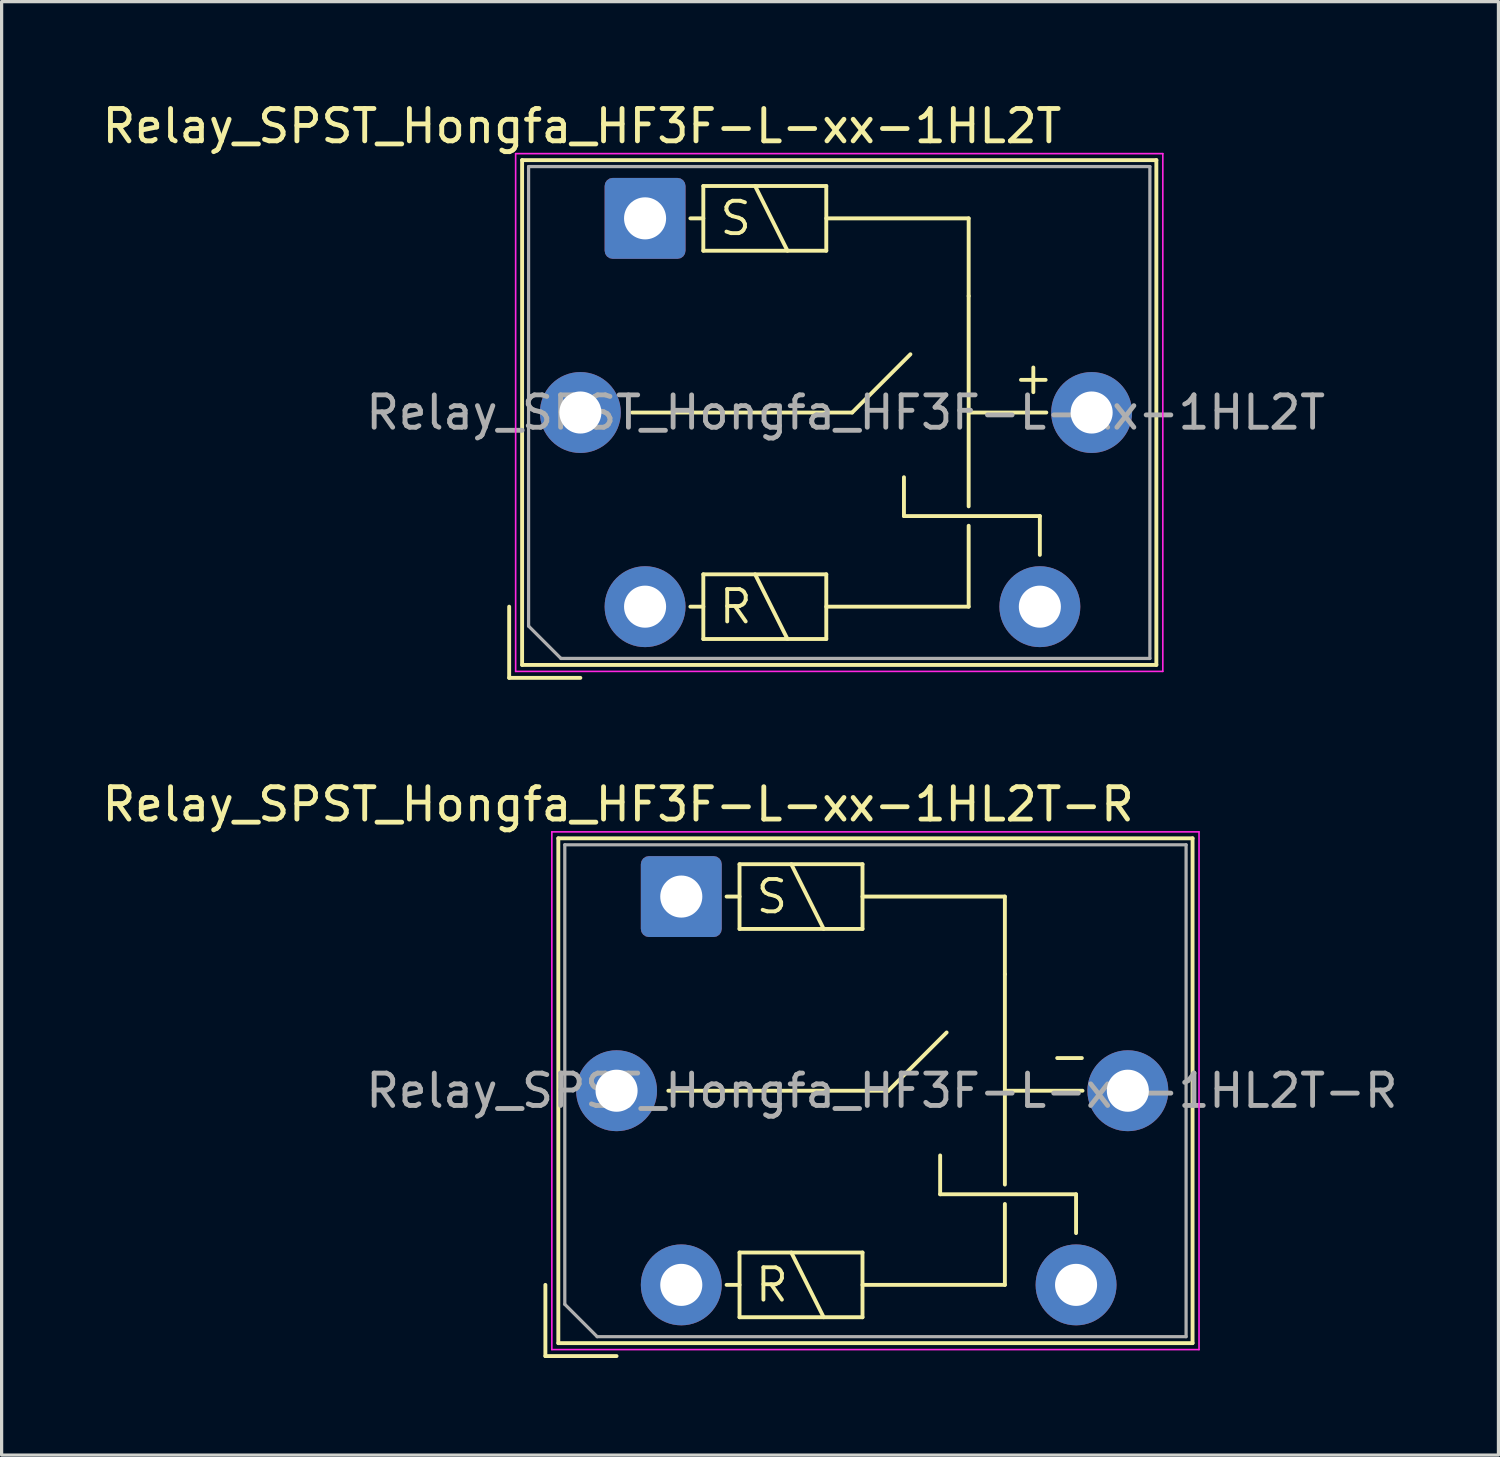
<source format=kicad_pcb>
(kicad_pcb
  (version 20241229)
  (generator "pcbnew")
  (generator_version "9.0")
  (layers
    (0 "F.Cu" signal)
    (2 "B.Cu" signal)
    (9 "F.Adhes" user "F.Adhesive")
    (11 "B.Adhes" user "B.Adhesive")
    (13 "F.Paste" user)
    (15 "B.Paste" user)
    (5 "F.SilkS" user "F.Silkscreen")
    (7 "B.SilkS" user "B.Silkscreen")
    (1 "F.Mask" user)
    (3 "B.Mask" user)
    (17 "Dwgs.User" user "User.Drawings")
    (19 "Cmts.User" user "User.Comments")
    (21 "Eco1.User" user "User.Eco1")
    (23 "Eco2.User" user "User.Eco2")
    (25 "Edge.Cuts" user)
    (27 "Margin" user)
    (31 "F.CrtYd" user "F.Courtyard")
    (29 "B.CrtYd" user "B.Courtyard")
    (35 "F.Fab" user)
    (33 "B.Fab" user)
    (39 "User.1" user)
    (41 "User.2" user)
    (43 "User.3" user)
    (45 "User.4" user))
  (footprint "Relay_SPST_Hongfa_HF3F-L-xx-1HL2T"
    (layer "F.Cu")
    (at 16.885 3.698)
    (property "Reference" "Relay_SPST_Hongfa_HF3F-L-xx-1HL2T" (at -1.95 -2.85 0) (layer "F.SilkS") (effects (font (size 1 1) (thickness 0.15))))
    (attr through_hole)
    (fp_line (start -4.2 12) (end -4.2 14.2) (stroke (width 0.12) (type solid)) (layer "F.SilkS"))
    (fp_line (start -4.2 14.2) (end -2 14.2) (stroke (width 0.12) (type solid)) (layer "F.SilkS"))
    (fp_line (start -3.8 -1.8) (end -3.8 13.8) (stroke (width 0.12) (type solid)) (layer "F.SilkS"))
    (fp_line (start -3.8 13.8) (end 15.8 13.8) (stroke (width 0.12) (type solid)) (layer "F.SilkS"))
    (fp_line (start -0.4 6) (end 6.4 6) (stroke (width 0.12) (type solid)) (layer "F.SilkS"))
    (fp_line (start 1.8 -1) (end 1.8 1) (stroke (width 0.12) (type solid)) (layer "F.SilkS"))
    (fp_line (start 1.8 0) (end 1.4 0) (stroke (width 0.12) (type solid)) (layer "F.SilkS"))
    (fp_line (start 1.8 1) (end 5.6 1) (stroke (width 0.12) (type solid)) (layer "F.SilkS"))
    (fp_line (start 1.8 11) (end 1.8 13) (stroke (width 0.12) (type solid)) (layer "F.SilkS"))
    (fp_line (start 1.8 12) (end 1.4 12) (stroke (width 0.12) (type solid)) (layer "F.SilkS"))
    (fp_line (start 1.8 13) (end 5.6 13) (stroke (width 0.12) (type solid)) (layer "F.SilkS"))
    (fp_line (start 3.4 -1) (end 4.4 1) (stroke (width 0.12) (type solid)) (layer "F.SilkS"))
    (fp_line (start 3.4 11) (end 4.4 13) (stroke (width 0.12) (type solid)) (layer "F.SilkS"))
    (fp_line (start 5.6 -1) (end 1.8 -1) (stroke (width 0.12) (type solid)) (layer "F.SilkS"))
    (fp_line (start 5.6 0) (end 10 0) (stroke (width 0.12) (type solid)) (layer "F.SilkS"))
    (fp_line (start 5.6 1) (end 5.6 -1) (stroke (width 0.12) (type solid)) (layer "F.SilkS"))
    (fp_line (start 5.6 11) (end 1.8 11) (stroke (width 0.12) (type solid)) (layer "F.SilkS"))
    (fp_line (start 5.6 13) (end 5.6 11) (stroke (width 0.12) (type solid)) (layer "F.SilkS"))
    (fp_line (start 6.4 6) (end 8.2 4.2) (stroke (width 0.12) (type solid)) (layer "F.SilkS"))
    (fp_line (start 8 9.2) (end 8 8) (stroke (width 0.12) (type solid)) (layer "F.SilkS"))
    (fp_line (start 10 0) (end 10 2.4) (stroke (width 0.12) (type solid)) (layer "F.SilkS"))
    (fp_line (start 10 2.4) (end 10 8.9) (stroke (width 0.12) (type solid)) (layer "F.SilkS"))
    (fp_line (start 10 6) (end 12.4 6) (stroke (width 0.12) (type solid)) (layer "F.SilkS"))
    (fp_line (start 10 9.5) (end 10 12) (stroke (width 0.12) (type solid)) (layer "F.SilkS"))
    (fp_line (start 10 12) (end 5.6 12) (stroke (width 0.12) (type solid)) (layer "F.SilkS"))
    (fp_line (start 12.2 9.2) (end 8 9.2) (stroke (width 0.12) (type solid)) (layer "F.SilkS"))
    (fp_line (start 12.2 10.4) (end 12.2 9.2) (stroke (width 0.12) (type solid)) (layer "F.SilkS"))
    (fp_line (start 15.8 -1.8) (end -3.8 -1.8) (stroke (width 0.12) (type solid)) (layer "F.SilkS"))
    (fp_line (start 15.8 13.8) (end 15.8 -1.8) (stroke (width 0.12) (type solid)) (layer "F.SilkS"))
    (fp_line (start -4 -2) (end -4 14) (stroke (width 0.05) (type solid)) (layer "F.CrtYd"))
    (fp_line (start -4 14) (end 16 14) (stroke (width 0.05) (type solid)) (layer "F.CrtYd"))
    (fp_line (start 16 -2) (end -4 -2) (stroke (width 0.05) (type solid)) (layer "F.CrtYd"))
    (fp_line (start 16 14) (end 16 -2) (stroke (width 0.05) (type solid)) (layer "F.CrtYd"))
    (fp_line (start -3.6 -1.6) (end -3.6 12.6) (stroke (width 0.1) (type solid)) (layer "F.Fab"))
    (fp_line (start -3.6 12.6) (end -2.6 13.6) (stroke (width 0.1) (type solid)) (layer "F.Fab"))
    (fp_line (start -2.6 13.6) (end 15.6 13.6) (stroke (width 0.1) (type solid)) (layer "F.Fab"))
    (fp_line (start 15.6 -1.6) (end -3.6 -1.6) (stroke (width 0.1) (type solid)) (layer "F.Fab"))
    (fp_line (start 15.6 13.6) (end 15.6 -1.6) (stroke (width 0.1) (type solid)) (layer "F.Fab"))
    (fp_text user "R" (at 2.8 12 180) (layer "F.SilkS") (effects (font (size 1 1) (thickness 0.12))))
    (fp_text user "S" (at 2.8 0 0) (layer "F.SilkS") (effects (font (size 1 1) (thickness 0.12))))
    (fp_text user "+" (at 11.3 5.5 0) (unlocked yes) (layer "F.SilkS") (effects (font (size 1 1) (thickness 0.12)) (justify left bottom)))
    (fp_text user "${REFERENCE}" (at 6.2 6 0) (layer "F.Fab") (effects (font (size 1 1) (thickness 0.15))))
    (pad "11" thru_hole circle (at -2 6) (size 2.5 2.5) (drill 1.3) (layers "*.Cu" "*.Mask"))
    (pad "14" thru_hole circle (at 12.2 12) (size 2.5 2.5) (drill 1.3) (layers "*.Cu" "*.Mask"))
    (pad "A1" thru_hole roundrect (at 0 0) (size 2.5 2.5) (drill 1.3) (layers "*.Cu" "*.Mask") (roundrect_rratio 0.1))
    (pad "A2" thru_hole circle (at 0 12) (size 2.5 2.5) (drill 1.3) (layers "*.Cu" "*.Mask"))
    (pad "A3" thru_hole circle (at 13.8 6) (size 2.5 2.5) (drill 1.3) (layers "*.Cu" "*.Mask")))
  (footprint "Relay_SPST_Hongfa_HF3F-L-xx-1HL2T-R"
    (layer "F.Cu")
    (at 18.004 24.657)
    (property "Reference" "Relay_SPST_Hongfa_HF3F-L-xx-1HL2T-R" (at -1.95 -2.85 0) (layer "F.SilkS") (effects (font (size 1 1) (thickness 0.15))))
    (attr through_hole)
    (fp_line (start -4.2 12) (end -4.2 14.2) (stroke (width 0.12) (type solid)) (layer "F.SilkS"))
    (fp_line (start -4.2 14.2) (end -2 14.2) (stroke (width 0.12) (type solid)) (layer "F.SilkS"))
    (fp_line (start -3.8 -1.8) (end -3.8 13.8) (stroke (width 0.12) (type solid)) (layer "F.SilkS"))
    (fp_line (start -3.8 13.8) (end 15.8 13.8) (stroke (width 0.12) (type solid)) (layer "F.SilkS"))
    (fp_line (start -0.4 6) (end 6.4 6) (stroke (width 0.12) (type solid)) (layer "F.SilkS"))
    (fp_line (start 1.8 -1) (end 1.8 1) (stroke (width 0.12) (type solid)) (layer "F.SilkS"))
    (fp_line (start 1.8 0) (end 1.4 0) (stroke (width 0.12) (type solid)) (layer "F.SilkS"))
    (fp_line (start 1.8 1) (end 5.6 1) (stroke (width 0.12) (type solid)) (layer "F.SilkS"))
    (fp_line (start 1.8 11) (end 1.8 13) (stroke (width 0.12) (type solid)) (layer "F.SilkS"))
    (fp_line (start 1.8 12) (end 1.4 12) (stroke (width 0.12) (type solid)) (layer "F.SilkS"))
    (fp_line (start 1.8 13) (end 5.6 13) (stroke (width 0.12) (type solid)) (layer "F.SilkS"))
    (fp_line (start 3.4 -1) (end 4.4 1) (stroke (width 0.12) (type solid)) (layer "F.SilkS"))
    (fp_line (start 3.4 11) (end 4.4 13) (stroke (width 0.12) (type solid)) (layer "F.SilkS"))
    (fp_line (start 5.6 -1) (end 1.8 -1) (stroke (width 0.12) (type solid)) (layer "F.SilkS"))
    (fp_line (start 5.6 0) (end 10 0) (stroke (width 0.12) (type solid)) (layer "F.SilkS"))
    (fp_line (start 5.6 1) (end 5.6 -1) (stroke (width 0.12) (type solid)) (layer "F.SilkS"))
    (fp_line (start 5.6 11) (end 1.8 11) (stroke (width 0.12) (type solid)) (layer "F.SilkS"))
    (fp_line (start 5.6 13) (end 5.6 11) (stroke (width 0.12) (type solid)) (layer "F.SilkS"))
    (fp_line (start 6.4 6) (end 8.2 4.2) (stroke (width 0.12) (type solid)) (layer "F.SilkS"))
    (fp_line (start 8 9.2) (end 8 8) (stroke (width 0.12) (type solid)) (layer "F.SilkS"))
    (fp_line (start 10 0) (end 10 2.4) (stroke (width 0.12) (type solid)) (layer "F.SilkS"))
    (fp_line (start 10 2.4) (end 10 8.9) (stroke (width 0.12) (type solid)) (layer "F.SilkS"))
    (fp_line (start 10 6) (end 12.4 6) (stroke (width 0.12) (type solid)) (layer "F.SilkS"))
    (fp_line (start 10 9.5) (end 10 12) (stroke (width 0.12) (type solid)) (layer "F.SilkS"))
    (fp_line (start 10 12) (end 5.6 12) (stroke (width 0.12) (type solid)) (layer "F.SilkS"))
    (fp_line (start 12.2 9.2) (end 8 9.2) (stroke (width 0.12) (type solid)) (layer "F.SilkS"))
    (fp_line (start 12.2 10.4) (end 12.2 9.2) (stroke (width 0.12) (type solid)) (layer "F.SilkS"))
    (fp_line (start 15.8 -1.8) (end -3.8 -1.8) (stroke (width 0.12) (type solid)) (layer "F.SilkS"))
    (fp_line (start 15.8 13.8) (end 15.8 -1.8) (stroke (width 0.12) (type solid)) (layer "F.SilkS"))
    (fp_line (start -4 -2) (end -4 14) (stroke (width 0.05) (type solid)) (layer "F.CrtYd"))
    (fp_line (start -4 14) (end 16 14) (stroke (width 0.05) (type solid)) (layer "F.CrtYd"))
    (fp_line (start 16 -2) (end -4 -2) (stroke (width 0.05) (type solid)) (layer "F.CrtYd"))
    (fp_line (start 16 14) (end 16 -2) (stroke (width 0.05) (type solid)) (layer "F.CrtYd"))
    (fp_line (start -3.6 -1.6) (end -3.6 12.6) (stroke (width 0.1) (type solid)) (layer "F.Fab"))
    (fp_line (start -3.6 12.6) (end -2.6 13.6) (stroke (width 0.1) (type solid)) (layer "F.Fab"))
    (fp_line (start -2.6 13.6) (end 15.6 13.6) (stroke (width 0.1) (type solid)) (layer "F.Fab"))
    (fp_line (start 15.6 -1.6) (end -3.6 -1.6) (stroke (width 0.1) (type solid)) (layer "F.Fab"))
    (fp_line (start 15.6 13.6) (end 15.6 -1.6) (stroke (width 0.1) (type solid)) (layer "F.Fab"))
    (fp_text user "R" (at 2.8 12 180) (layer "F.SilkS") (effects (font (size 1 1) (thickness 0.12))))
    (fp_text user "S" (at 2.8 0 0) (layer "F.SilkS") (effects (font (size 1 1) (thickness 0.12))))
    (fp_text user "-" (at 11.3 5.5 0) (unlocked yes) (layer "F.SilkS") (effects (font (size 1 1) (thickness 0.12)) (justify left bottom)))
    (fp_text user "${REFERENCE}" (at 6.2 6 0) (layer "F.Fab") (effects (font (size 1 1) (thickness 0.15))))
    (pad "11" thru_hole circle (at -2 6) (size 2.5 2.5) (drill 1.3) (layers "*.Cu" "*.Mask"))
    (pad "14" thru_hole circle (at 12.2 12) (size 2.5 2.5) (drill 1.3) (layers "*.Cu" "*.Mask"))
    (pad "A1" thru_hole roundrect (at 0 0) (size 2.5 2.5) (drill 1.3) (layers "*.Cu" "*.Mask") (roundrect_rratio 0.1))
    (pad "A2" thru_hole circle (at 0 12) (size 2.5 2.5) (drill 1.3) (layers "*.Cu" "*.Mask"))
    (pad "A3" thru_hole circle (at 13.8 6) (size 2.5 2.5) (drill 1.3) (layers "*.Cu" "*.Mask")))
  (gr_rect
    (start -3 -3)
    (end 43.257 41.916)
    (stroke (width 0.1) (type default))
    (fill no)
    (layer "Edge.Cuts")))
</source>
